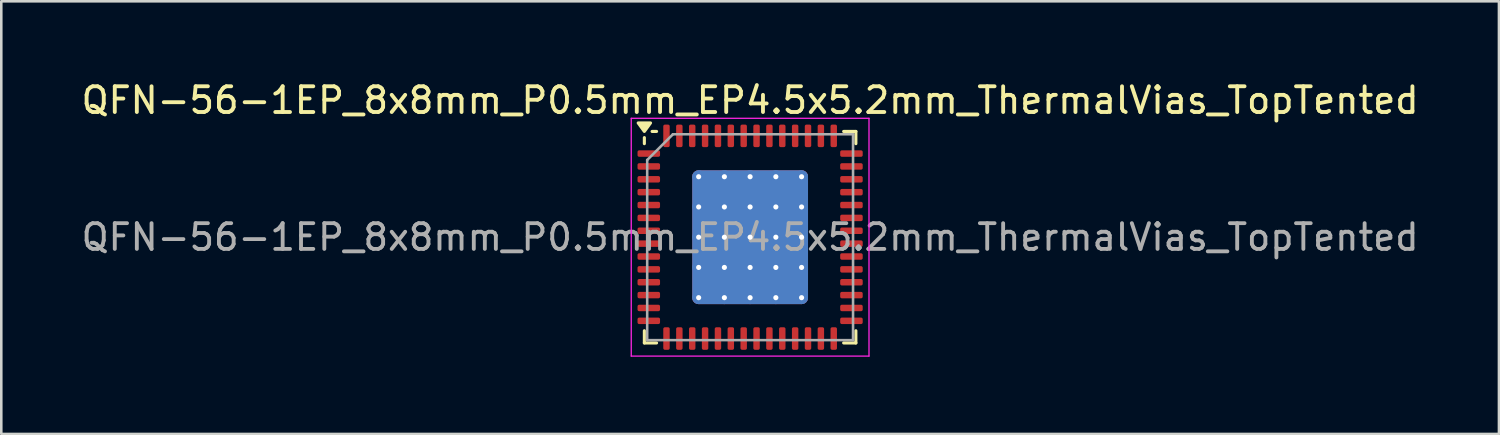
<source format=kicad_pcb>
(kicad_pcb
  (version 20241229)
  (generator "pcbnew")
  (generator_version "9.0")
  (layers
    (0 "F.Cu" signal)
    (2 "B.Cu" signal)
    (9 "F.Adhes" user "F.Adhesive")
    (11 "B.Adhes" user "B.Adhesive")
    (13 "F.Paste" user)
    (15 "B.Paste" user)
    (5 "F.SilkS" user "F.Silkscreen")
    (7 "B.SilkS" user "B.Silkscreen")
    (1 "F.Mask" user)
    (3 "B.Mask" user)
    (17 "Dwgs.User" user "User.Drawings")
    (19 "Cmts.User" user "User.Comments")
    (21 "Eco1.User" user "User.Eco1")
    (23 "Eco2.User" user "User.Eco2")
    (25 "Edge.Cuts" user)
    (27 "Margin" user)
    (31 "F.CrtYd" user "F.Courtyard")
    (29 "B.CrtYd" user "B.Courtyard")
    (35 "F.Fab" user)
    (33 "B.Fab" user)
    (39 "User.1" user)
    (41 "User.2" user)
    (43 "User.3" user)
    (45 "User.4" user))
  (footprint "QFN-56-1EP_8x8mm_P0.5mm_EP4.5x5.2mm_ThermalVias_TopTented"
    (layer "F.Cu")
    (at 26.101 6.168)
    (property "Reference" "QFN-56-1EP_8x8mm_P0.5mm_EP4.5x5.2mm_ThermalVias_TopTented" (at 0 -5.32 0) (layer "F.SilkS") (effects (font (size 1 1) (thickness 0.15))))
    (attr smd)
    (fp_line (start -4.11 -3.635) (end -4.11 -3.87) (stroke (width 0.12) (type solid)) (layer "F.SilkS"))
    (fp_line (start -4.11 4.11) (end -4.11 3.635) (stroke (width 0.12) (type solid)) (layer "F.SilkS"))
    (fp_line (start -3.635 -4.11) (end -3.81 -4.11) (stroke (width 0.12) (type solid)) (layer "F.SilkS"))
    (fp_line (start -3.635 4.11) (end -4.11 4.11) (stroke (width 0.12) (type solid)) (layer "F.SilkS"))
    (fp_line (start 3.635 -4.11) (end 4.11 -4.11) (stroke (width 0.12) (type solid)) (layer "F.SilkS"))
    (fp_line (start 3.635 4.11) (end 4.11 4.11) (stroke (width 0.12) (type solid)) (layer "F.SilkS"))
    (fp_line (start 4.11 -4.11) (end 4.11 -3.635) (stroke (width 0.12) (type solid)) (layer "F.SilkS"))
    (fp_line (start 4.11 4.11) (end 4.11 3.635) (stroke (width 0.12) (type solid)) (layer "F.SilkS"))
    (fp_poly (pts (xy -4.11 -4.11) (xy -4.35 -4.44) (xy -3.87 -4.44) (xy -4.11 -4.11)) (stroke (width 0.12) (type solid)) (fill yes) (layer "F.SilkS"))
    (fp_line (start -4.62 -4.62) (end -4.62 4.62) (stroke (width 0.05) (type solid)) (layer "F.CrtYd"))
    (fp_line (start -4.62 4.62) (end 4.62 4.62) (stroke (width 0.05) (type solid)) (layer "F.CrtYd"))
    (fp_line (start 4.62 -4.62) (end -4.62 -4.62) (stroke (width 0.05) (type solid)) (layer "F.CrtYd"))
    (fp_line (start 4.62 4.62) (end 4.62 -4.62) (stroke (width 0.05) (type solid)) (layer "F.CrtYd"))
    (fp_line (start -4 -3) (end -3 -4) (stroke (width 0.1) (type solid)) (layer "F.Fab"))
    (fp_line (start -4 4) (end -4 -3) (stroke (width 0.1) (type solid)) (layer "F.Fab"))
    (fp_line (start -3 -4) (end 4 -4) (stroke (width 0.1) (type solid)) (layer "F.Fab"))
    (fp_line (start 4 -4) (end 4 4) (stroke (width 0.1) (type solid)) (layer "F.Fab"))
    (fp_line (start 4 4) (end -4 4) (stroke (width 0.1) (type solid)) (layer "F.Fab"))
    (fp_text user "${REFERENCE}" (at 0 0 0) (layer "F.Fab") (effects (font (size 1 1) (thickness 0.15))))
    (pad "" smd custom (at -1.5 -1.762) (size 0.776 0.776) (layers "F.Mask") (options (anchor circle)) (primitives (gr_poly (pts (xy 0.3 -0.502) (xy -0.3 -0.502) (xy -0.3 -0.838) (xy 0.3 -0.838)) (width 0) (fill yes)) (gr_poly (pts (xy 0.3 0.588) (xy -0.3 0.588) (xy -0.3 0.502) (xy 0.3 0.502)) (width 0) (fill yes)) (gr_poly (pts (xy 0.435 -0.367) (xy 0.435 0.367) (xy 0.3 0.502) (xy -0.3 0.502) (xy -0.435 0.367) (xy -0.435 -0.367) (xy -0.3 -0.502) (xy 0.3 -0.502)) (width 0) (fill yes)) (gr_poly (pts (xy -0.435 0.367) (xy -0.75 0.367) (xy -0.75 -0.367) (xy -0.435 -0.367)) (width 0) (fill yes)) (gr_poly (pts (xy 0.5 0.367) (xy 0.435 0.367) (xy 0.435 -0.367) (xy 0.5 -0.367)) (width 0) (fill yes))))
    (pad "" smd custom (at -1.5 -1.762) (size 0.776 0.776) (layers "F.Paste") (options (anchor circle)) (primitives (gr_poly (pts (xy 0.435 -0.357) (xy 0.435 0.357) (xy 0.29 0.502) (xy -0.29 0.502) (xy -0.435 0.357) (xy -0.435 -0.357) (xy -0.29 -0.502) (xy 0.29 -0.502)) (width 0) (fill yes))))
    (pad "" smd custom (at -1.5 -0.588) (size 0.776 0.776) (layers "F.Mask") (options (anchor circle)) (primitives (gr_poly (pts (xy -0.435 0.367) (xy -0.75 0.367) (xy -0.75 -0.367) (xy -0.435 -0.367)) (width 0) (fill yes)) (gr_poly (pts (xy 0.3 -0.502) (xy -0.3 -0.502) (xy -0.3 -0.588) (xy 0.3 -0.588)) (width 0) (fill yes)) (gr_poly (pts (xy 0.435 -0.367) (xy 0.435 0.367) (xy 0.3 0.502) (xy -0.3 0.502) (xy -0.435 0.367) (xy -0.435 -0.367) (xy -0.3 -0.502) (xy 0.3 -0.502)) (width 0) (fill yes)) (gr_poly (pts (xy 0.3 0.588) (xy -0.3 0.588) (xy -0.3 0.502) (xy 0.3 0.502)) (width 0) (fill yes)) (gr_poly (pts (xy 0.5 0.367) (xy 0.435 0.367) (xy 0.435 -0.367) (xy 0.5 -0.367)) (width 0) (fill yes))))
    (pad "" smd custom (at -1.5 -0.588) (size 0.776 0.776) (layers "F.Paste") (options (anchor circle)) (primitives (gr_poly (pts (xy 0.435 -0.357) (xy 0.435 0.357) (xy 0.29 0.502) (xy -0.29 0.502) (xy -0.435 0.357) (xy -0.435 -0.357) (xy -0.29 -0.502) (xy 0.29 -0.502)) (width 0) (fill yes))))
    (pad "" smd custom (at -1.5 0.588) (size 0.776 0.776) (layers "F.Mask") (options (anchor circle)) (primitives (gr_poly (pts (xy -0.435 0.367) (xy -0.75 0.367) (xy -0.75 -0.367) (xy -0.435 -0.367)) (width 0) (fill yes)) (gr_poly (pts (xy 0.3 -0.502) (xy -0.3 -0.502) (xy -0.3 -0.588) (xy 0.3 -0.588)) (width 0) (fill yes)) (gr_poly (pts (xy 0.435 -0.367) (xy 0.435 0.367) (xy 0.3 0.502) (xy -0.3 0.502) (xy -0.435 0.367) (xy -0.435 -0.367) (xy -0.3 -0.502) (xy 0.3 -0.502)) (width 0) (fill yes)) (gr_poly (pts (xy 0.3 0.588) (xy -0.3 0.588) (xy -0.3 0.502) (xy 0.3 0.502)) (width 0) (fill yes)) (gr_poly (pts (xy 0.5 0.367) (xy 0.435 0.367) (xy 0.435 -0.367) (xy 0.5 -0.367)) (width 0) (fill yes))))
    (pad "" smd custom (at -1.5 0.588) (size 0.776 0.776) (layers "F.Paste") (options (anchor circle)) (primitives (gr_poly (pts (xy 0.435 -0.357) (xy 0.435 0.357) (xy 0.29 0.502) (xy -0.29 0.502) (xy -0.435 0.357) (xy -0.435 -0.357) (xy -0.29 -0.502) (xy 0.29 -0.502)) (width 0) (fill yes))))
    (pad "" smd custom (at -1.5 1.762) (size 0.776 0.776) (layers "F.Mask") (options (anchor circle)) (primitives (gr_poly (pts (xy 0.3 0.838) (xy -0.3 0.838) (xy -0.3 0.502) (xy 0.3 0.502)) (width 0) (fill yes)) (gr_poly (pts (xy 0.5 0.367) (xy 0.435 0.367) (xy 0.435 -0.367) (xy 0.5 -0.367)) (width 0) (fill yes)) (gr_poly (pts (xy -0.435 0.367) (xy -0.75 0.367) (xy -0.75 -0.367) (xy -0.435 -0.367)) (width 0) (fill yes)) (gr_poly (pts (xy 0.435 -0.367) (xy 0.435 0.367) (xy 0.3 0.502) (xy -0.3 0.502) (xy -0.435 0.367) (xy -0.435 -0.367) (xy -0.3 -0.502) (xy 0.3 -0.502)) (width 0) (fill yes)) (gr_poly (pts (xy 0.3 -0.502) (xy -0.3 -0.502) (xy -0.3 -0.588) (xy 0.3 -0.588)) (width 0) (fill yes))))
    (pad "" smd custom (at -1.5 1.762) (size 0.776 0.776) (layers "F.Paste") (options (anchor circle)) (primitives (gr_poly (pts (xy 0.435 -0.357) (xy 0.435 0.357) (xy 0.29 0.502) (xy -0.29 0.502) (xy -0.435 0.357) (xy -0.435 -0.357) (xy -0.29 -0.502) (xy 0.29 -0.502)) (width 0) (fill yes))))
    (pad "" smd custom (at -0.5 -1.762) (size 0.776 0.776) (layers "F.Mask") (options (anchor circle)) (primitives (gr_poly (pts (xy 0.5 0.367) (xy 0.435 0.367) (xy 0.435 -0.367) (xy 0.5 -0.367)) (width 0) (fill yes)) (gr_poly (pts (xy 0.435 -0.367) (xy 0.435 0.367) (xy 0.3 0.502) (xy -0.3 0.502) (xy -0.435 0.367) (xy -0.435 -0.367) (xy -0.3 -0.502) (xy 0.3 -0.502)) (width 0) (fill yes)) (gr_poly (pts (xy -0.435 0.367) (xy -0.5 0.367) (xy -0.5 -0.367) (xy -0.435 -0.367)) (width 0) (fill yes)) (gr_poly (pts (xy 0.3 0.588) (xy -0.3 0.588) (xy -0.3 0.502) (xy 0.3 0.502)) (width 0) (fill yes)) (gr_poly (pts (xy 0.3 -0.502) (xy -0.3 -0.502) (xy -0.3 -0.838) (xy 0.3 -0.838)) (width 0) (fill yes))))
    (pad "" smd custom (at -0.5 -1.762) (size 0.776 0.776) (layers "F.Paste") (options (anchor circle)) (primitives (gr_poly (pts (xy 0.435 -0.357) (xy 0.435 0.357) (xy 0.29 0.502) (xy -0.29 0.502) (xy -0.435 0.357) (xy -0.435 -0.357) (xy -0.29 -0.502) (xy 0.29 -0.502)) (width 0) (fill yes))))
    (pad "" smd custom (at -0.5 -0.588) (size 0.776 0.776) (layers "F.Mask") (options (anchor circle)) (primitives (gr_poly (pts (xy 0.3 -0.502) (xy -0.3 -0.502) (xy -0.3 -0.588) (xy 0.3 -0.588)) (width 0) (fill yes)) (gr_poly (pts (xy 0.435 -0.367) (xy 0.435 0.367) (xy 0.3 0.502) (xy -0.3 0.502) (xy -0.435 0.367) (xy -0.435 -0.367) (xy -0.3 -0.502) (xy 0.3 -0.502)) (width 0) (fill yes)) (gr_poly (pts (xy 0.3 0.588) (xy -0.3 0.588) (xy -0.3 0.502) (xy 0.3 0.502)) (width 0) (fill yes)) (gr_poly (pts (xy -0.435 0.367) (xy -0.5 0.367) (xy -0.5 -0.367) (xy -0.435 -0.367)) (width 0) (fill yes)) (gr_poly (pts (xy 0.5 0.367) (xy 0.435 0.367) (xy 0.435 -0.367) (xy 0.5 -0.367)) (width 0) (fill yes))))
    (pad "" smd custom (at -0.5 -0.588) (size 0.776 0.776) (layers "F.Paste") (options (anchor circle)) (primitives (gr_poly (pts (xy 0.435 -0.357) (xy 0.435 0.357) (xy 0.29 0.502) (xy -0.29 0.502) (xy -0.435 0.357) (xy -0.435 -0.357) (xy -0.29 -0.502) (xy 0.29 -0.502)) (width 0) (fill yes))))
    (pad "" smd custom (at -0.5 0.588) (size 0.776 0.776) (layers "F.Mask") (options (anchor circle)) (primitives (gr_poly (pts (xy 0.3 -0.502) (xy -0.3 -0.502) (xy -0.3 -0.588) (xy 0.3 -0.588)) (width 0) (fill yes)) (gr_poly (pts (xy 0.435 -0.367) (xy 0.435 0.367) (xy 0.3 0.502) (xy -0.3 0.502) (xy -0.435 0.367) (xy -0.435 -0.367) (xy -0.3 -0.502) (xy 0.3 -0.502)) (width 0) (fill yes)) (gr_poly (pts (xy 0.3 0.588) (xy -0.3 0.588) (xy -0.3 0.502) (xy 0.3 0.502)) (width 0) (fill yes)) (gr_poly (pts (xy -0.435 0.367) (xy -0.5 0.367) (xy -0.5 -0.367) (xy -0.435 -0.367)) (width 0) (fill yes)) (gr_poly (pts (xy 0.5 0.367) (xy 0.435 0.367) (xy 0.435 -0.367) (xy 0.5 -0.367)) (width 0) (fill yes))))
    (pad "" smd custom (at -0.5 0.588) (size 0.776 0.776) (layers "F.Paste") (options (anchor circle)) (primitives (gr_poly (pts (xy 0.435 -0.357) (xy 0.435 0.357) (xy 0.29 0.502) (xy -0.29 0.502) (xy -0.435 0.357) (xy -0.435 -0.357) (xy -0.29 -0.502) (xy 0.29 -0.502)) (width 0) (fill yes))))
    (pad "" smd custom (at -0.5 1.762) (size 0.776 0.776) (layers "F.Mask") (options (anchor circle)) (primitives (gr_poly (pts (xy 0.3 -0.502) (xy -0.3 -0.502) (xy -0.3 -0.588) (xy 0.3 -0.588)) (width 0) (fill yes)) (gr_poly (pts (xy 0.3 0.838) (xy -0.3 0.838) (xy -0.3 0.502) (xy 0.3 0.502)) (width 0) (fill yes)) (gr_poly (pts (xy 0.435 -0.367) (xy 0.435 0.367) (xy 0.3 0.502) (xy -0.3 0.502) (xy -0.435 0.367) (xy -0.435 -0.367) (xy -0.3 -0.502) (xy 0.3 -0.502)) (width 0) (fill yes)) (gr_poly (pts (xy 0.5 0.367) (xy 0.435 0.367) (xy 0.435 -0.367) (xy 0.5 -0.367)) (width 0) (fill yes)) (gr_poly (pts (xy -0.435 0.367) (xy -0.5 0.367) (xy -0.5 -0.367) (xy -0.435 -0.367)) (width 0) (fill yes))))
    (pad "" smd custom (at -0.5 1.762) (size 0.776 0.776) (layers "F.Paste") (options (anchor circle)) (primitives (gr_poly (pts (xy 0.435 -0.357) (xy 0.435 0.357) (xy 0.29 0.502) (xy -0.29 0.502) (xy -0.435 0.357) (xy -0.435 -0.357) (xy -0.29 -0.502) (xy 0.29 -0.502)) (width 0) (fill yes))))
    (pad "" smd custom (at 0.5 -1.762) (size 0.776 0.776) (layers "F.Mask") (options (anchor circle)) (primitives (gr_poly (pts (xy 0.5 0.367) (xy 0.435 0.367) (xy 0.435 -0.367) (xy 0.5 -0.367)) (width 0) (fill yes)) (gr_poly (pts (xy 0.435 -0.367) (xy 0.435 0.367) (xy 0.3 0.502) (xy -0.3 0.502) (xy -0.435 0.367) (xy -0.435 -0.367) (xy -0.3 -0.502) (xy 0.3 -0.502)) (width 0) (fill yes)) (gr_poly (pts (xy -0.435 0.367) (xy -0.5 0.367) (xy -0.5 -0.367) (xy -0.435 -0.367)) (width 0) (fill yes)) (gr_poly (pts (xy 0.3 0.588) (xy -0.3 0.588) (xy -0.3 0.502) (xy 0.3 0.502)) (width 0) (fill yes)) (gr_poly (pts (xy 0.3 -0.502) (xy -0.3 -0.502) (xy -0.3 -0.838) (xy 0.3 -0.838)) (width 0) (fill yes))))
    (pad "" smd custom (at 0.5 -1.762) (size 0.776 0.776) (layers "F.Paste") (options (anchor circle)) (primitives (gr_poly (pts (xy 0.435 -0.357) (xy 0.435 0.357) (xy 0.29 0.502) (xy -0.29 0.502) (xy -0.435 0.357) (xy -0.435 -0.357) (xy -0.29 -0.502) (xy 0.29 -0.502)) (width 0) (fill yes))))
    (pad "" smd custom (at 0.5 -0.588) (size 0.776 0.776) (layers "F.Mask") (options (anchor circle)) (primitives (gr_poly (pts (xy 0.3 -0.502) (xy -0.3 -0.502) (xy -0.3 -0.588) (xy 0.3 -0.588)) (width 0) (fill yes)) (gr_poly (pts (xy 0.435 -0.367) (xy 0.435 0.367) (xy 0.3 0.502) (xy -0.3 0.502) (xy -0.435 0.367) (xy -0.435 -0.367) (xy -0.3 -0.502) (xy 0.3 -0.502)) (width 0) (fill yes)) (gr_poly (pts (xy 0.3 0.588) (xy -0.3 0.588) (xy -0.3 0.502) (xy 0.3 0.502)) (width 0) (fill yes)) (gr_poly (pts (xy -0.435 0.367) (xy -0.5 0.367) (xy -0.5 -0.367) (xy -0.435 -0.367)) (width 0) (fill yes)) (gr_poly (pts (xy 0.5 0.367) (xy 0.435 0.367) (xy 0.435 -0.367) (xy 0.5 -0.367)) (width 0) (fill yes))))
    (pad "" smd custom (at 0.5 -0.588) (size 0.776 0.776) (layers "F.Paste") (options (anchor circle)) (primitives (gr_poly (pts (xy 0.435 -0.357) (xy 0.435 0.357) (xy 0.29 0.502) (xy -0.29 0.502) (xy -0.435 0.357) (xy -0.435 -0.357) (xy -0.29 -0.502) (xy 0.29 -0.502)) (width 0) (fill yes))))
    (pad "" smd custom (at 0.5 0.588) (size 0.776 0.776) (layers "F.Mask") (options (anchor circle)) (primitives (gr_poly (pts (xy 0.3 -0.502) (xy -0.3 -0.502) (xy -0.3 -0.588) (xy 0.3 -0.588)) (width 0) (fill yes)) (gr_poly (pts (xy 0.435 -0.367) (xy 0.435 0.367) (xy 0.3 0.502) (xy -0.3 0.502) (xy -0.435 0.367) (xy -0.435 -0.367) (xy -0.3 -0.502) (xy 0.3 -0.502)) (width 0) (fill yes)) (gr_poly (pts (xy 0.3 0.588) (xy -0.3 0.588) (xy -0.3 0.502) (xy 0.3 0.502)) (width 0) (fill yes)) (gr_poly (pts (xy -0.435 0.367) (xy -0.5 0.367) (xy -0.5 -0.367) (xy -0.435 -0.367)) (width 0) (fill yes)) (gr_poly (pts (xy 0.5 0.367) (xy 0.435 0.367) (xy 0.435 -0.367) (xy 0.5 -0.367)) (width 0) (fill yes))))
    (pad "" smd custom (at 0.5 0.588) (size 0.776 0.776) (layers "F.Paste") (options (anchor circle)) (primitives (gr_poly (pts (xy 0.435 -0.357) (xy 0.435 0.357) (xy 0.29 0.502) (xy -0.29 0.502) (xy -0.435 0.357) (xy -0.435 -0.357) (xy -0.29 -0.502) (xy 0.29 -0.502)) (width 0) (fill yes))))
    (pad "" smd custom (at 0.5 1.762) (size 0.776 0.776) (layers "F.Mask") (options (anchor circle)) (primitives (gr_poly (pts (xy 0.3 -0.502) (xy -0.3 -0.502) (xy -0.3 -0.588) (xy 0.3 -0.588)) (width 0) (fill yes)) (gr_poly (pts (xy 0.3 0.838) (xy -0.3 0.838) (xy -0.3 0.502) (xy 0.3 0.502)) (width 0) (fill yes)) (gr_poly (pts (xy 0.435 -0.367) (xy 0.435 0.367) (xy 0.3 0.502) (xy -0.3 0.502) (xy -0.435 0.367) (xy -0.435 -0.367) (xy -0.3 -0.502) (xy 0.3 -0.502)) (width 0) (fill yes)) (gr_poly (pts (xy 0.5 0.367) (xy 0.435 0.367) (xy 0.435 -0.367) (xy 0.5 -0.367)) (width 0) (fill yes)) (gr_poly (pts (xy -0.435 0.367) (xy -0.5 0.367) (xy -0.5 -0.367) (xy -0.435 -0.367)) (width 0) (fill yes))))
    (pad "" smd custom (at 0.5 1.762) (size 0.776 0.776) (layers "F.Paste") (options (anchor circle)) (primitives (gr_poly (pts (xy 0.435 -0.357) (xy 0.435 0.357) (xy 0.29 0.502) (xy -0.29 0.502) (xy -0.435 0.357) (xy -0.435 -0.357) (xy -0.29 -0.502) (xy 0.29 -0.502)) (width 0) (fill yes))))
    (pad "" smd custom (at 1.5 -1.762) (size 0.776 0.776) (layers "F.Mask") (options (anchor circle)) (primitives (gr_poly (pts (xy -0.435 0.367) (xy -0.5 0.367) (xy -0.5 -0.367) (xy -0.435 -0.367)) (width 0) (fill yes)) (gr_poly (pts (xy 0.75 0.367) (xy 0.435 0.367) (xy 0.435 -0.367) (xy 0.75 -0.367)) (width 0) (fill yes)) (gr_poly (pts (xy 0.435 -0.367) (xy 0.435 0.367) (xy 0.3 0.502) (xy -0.3 0.502) (xy -0.435 0.367) (xy -0.435 -0.367) (xy -0.3 -0.502) (xy 0.3 -0.502)) (width 0) (fill yes)) (gr_poly (pts (xy 0.3 0.588) (xy -0.3 0.588) (xy -0.3 0.502) (xy 0.3 0.502)) (width 0) (fill yes)) (gr_poly (pts (xy 0.3 -0.502) (xy -0.3 -0.502) (xy -0.3 -0.838) (xy 0.3 -0.838)) (width 0) (fill yes))))
    (pad "" smd custom (at 1.5 -1.762) (size 0.776 0.776) (layers "F.Paste") (options (anchor circle)) (primitives (gr_poly (pts (xy 0.435 -0.357) (xy 0.435 0.357) (xy 0.29 0.502) (xy -0.29 0.502) (xy -0.435 0.357) (xy -0.435 -0.357) (xy -0.29 -0.502) (xy 0.29 -0.502)) (width 0) (fill yes))))
    (pad "" smd custom (at 1.5 -0.588) (size 0.776 0.776) (layers "F.Mask") (options (anchor circle)) (primitives (gr_poly (pts (xy 0.75 0.367) (xy 0.435 0.367) (xy 0.435 -0.367) (xy 0.75 -0.367)) (width 0) (fill yes)) (gr_poly (pts (xy -0.435 0.367) (xy -0.5 0.367) (xy -0.5 -0.367) (xy -0.435 -0.367)) (width 0) (fill yes)) (gr_poly (pts (xy 0.435 -0.367) (xy 0.435 0.367) (xy 0.3 0.502) (xy -0.3 0.502) (xy -0.435 0.367) (xy -0.435 -0.367) (xy -0.3 -0.502) (xy 0.3 -0.502)) (width 0) (fill yes)) (gr_poly (pts (xy 0.3 0.588) (xy -0.3 0.588) (xy -0.3 0.502) (xy 0.3 0.502)) (width 0) (fill yes)) (gr_poly (pts (xy 0.3 -0.502) (xy -0.3 -0.502) (xy -0.3 -0.588) (xy 0.3 -0.588)) (width 0) (fill yes))))
    (pad "" smd custom (at 1.5 -0.588) (size 0.776 0.776) (layers "F.Paste") (options (anchor circle)) (primitives (gr_poly (pts (xy 0.435 -0.357) (xy 0.435 0.357) (xy 0.29 0.502) (xy -0.29 0.502) (xy -0.435 0.357) (xy -0.435 -0.357) (xy -0.29 -0.502) (xy 0.29 -0.502)) (width 0) (fill yes))))
    (pad "" smd custom (at 1.5 0.588) (size 0.776 0.776) (layers "F.Mask") (options (anchor circle)) (primitives (gr_poly (pts (xy 0.75 0.367) (xy 0.435 0.367) (xy 0.435 -0.367) (xy 0.75 -0.367)) (width 0) (fill yes)) (gr_poly (pts (xy -0.435 0.367) (xy -0.5 0.367) (xy -0.5 -0.367) (xy -0.435 -0.367)) (width 0) (fill yes)) (gr_poly (pts (xy 0.435 -0.367) (xy 0.435 0.367) (xy 0.3 0.502) (xy -0.3 0.502) (xy -0.435 0.367) (xy -0.435 -0.367) (xy -0.3 -0.502) (xy 0.3 -0.502)) (width 0) (fill yes)) (gr_poly (pts (xy 0.3 0.588) (xy -0.3 0.588) (xy -0.3 0.502) (xy 0.3 0.502)) (width 0) (fill yes)) (gr_poly (pts (xy 0.3 -0.502) (xy -0.3 -0.502) (xy -0.3 -0.588) (xy 0.3 -0.588)) (width 0) (fill yes))))
    (pad "" smd custom (at 1.5 0.588) (size 0.776 0.776) (layers "F.Paste") (options (anchor circle)) (primitives (gr_poly (pts (xy 0.435 -0.357) (xy 0.435 0.357) (xy 0.29 0.502) (xy -0.29 0.502) (xy -0.435 0.357) (xy -0.435 -0.357) (xy -0.29 -0.502) (xy 0.29 -0.502)) (width 0) (fill yes))))
    (pad "" smd custom (at 1.5 1.762) (size 0.776 0.776) (layers "F.Mask") (options (anchor circle)) (primitives (gr_poly (pts (xy 0.3 -0.502) (xy -0.3 -0.502) (xy -0.3 -0.588) (xy 0.3 -0.588)) (width 0) (fill yes)) (gr_poly (pts (xy 0.75 0.367) (xy 0.435 0.367) (xy 0.435 -0.367) (xy 0.75 -0.367)) (width 0) (fill yes)) (gr_poly (pts (xy 0.435 -0.367) (xy 0.435 0.367) (xy 0.3 0.502) (xy -0.3 0.502) (xy -0.435 0.367) (xy -0.435 -0.367) (xy -0.3 -0.502) (xy 0.3 -0.502)) (width 0) (fill yes)) (gr_poly (pts (xy 0.3 0.838) (xy -0.3 0.838) (xy -0.3 0.502) (xy 0.3 0.502)) (width 0) (fill yes)) (gr_poly (pts (xy -0.435 0.367) (xy -0.5 0.367) (xy -0.5 -0.367) (xy -0.435 -0.367)) (width 0) (fill yes))))
    (pad "" smd custom (at 1.5 1.762) (size 0.776 0.776) (layers "F.Paste") (options (anchor circle)) (primitives (gr_poly (pts (xy 0.435 -0.357) (xy 0.435 0.357) (xy 0.29 0.502) (xy -0.29 0.502) (xy -0.435 0.357) (xy -0.435 -0.357) (xy -0.29 -0.502) (xy 0.29 -0.502)) (width 0) (fill yes))))
    (pad "1" smd roundrect (at -3.938 -3.25) (size 0.875 0.25) (layers "F.Cu" "F.Mask" "F.Paste") (roundrect_rratio 0.25))
    (pad "2" smd roundrect (at -3.938 -2.75) (size 0.875 0.25) (layers "F.Cu" "F.Mask" "F.Paste") (roundrect_rratio 0.25))
    (pad "3" smd roundrect (at -3.938 -2.25) (size 0.875 0.25) (layers "F.Cu" "F.Mask" "F.Paste") (roundrect_rratio 0.25))
    (pad "4" smd roundrect (at -3.938 -1.75) (size 0.875 0.25) (layers "F.Cu" "F.Mask" "F.Paste") (roundrect_rratio 0.25))
    (pad "5" smd roundrect (at -3.938 -1.25) (size 0.875 0.25) (layers "F.Cu" "F.Mask" "F.Paste") (roundrect_rratio 0.25))
    (pad "6" smd roundrect (at -3.938 -0.75) (size 0.875 0.25) (layers "F.Cu" "F.Mask" "F.Paste") (roundrect_rratio 0.25))
    (pad "7" smd roundrect (at -3.938 -0.25) (size 0.875 0.25) (layers "F.Cu" "F.Mask" "F.Paste") (roundrect_rratio 0.25))
    (pad "8" smd roundrect (at -3.938 0.25) (size 0.875 0.25) (layers "F.Cu" "F.Mask" "F.Paste") (roundrect_rratio 0.25))
    (pad "9" smd roundrect (at -3.938 0.75) (size 0.875 0.25) (layers "F.Cu" "F.Mask" "F.Paste") (roundrect_rratio 0.25))
    (pad "10" smd roundrect (at -3.938 1.25) (size 0.875 0.25) (layers "F.Cu" "F.Mask" "F.Paste") (roundrect_rratio 0.25))
    (pad "11" smd roundrect (at -3.938 1.75) (size 0.875 0.25) (layers "F.Cu" "F.Mask" "F.Paste") (roundrect_rratio 0.25))
    (pad "12" smd roundrect (at -3.938 2.25) (size 0.875 0.25) (layers "F.Cu" "F.Mask" "F.Paste") (roundrect_rratio 0.25))
    (pad "13" smd roundrect (at -3.938 2.75) (size 0.875 0.25) (layers "F.Cu" "F.Mask" "F.Paste") (roundrect_rratio 0.25))
    (pad "14" smd roundrect (at -3.938 3.25) (size 0.875 0.25) (layers "F.Cu" "F.Mask" "F.Paste") (roundrect_rratio 0.25))
    (pad "15" smd roundrect (at -3.25 3.938) (size 0.25 0.875) (layers "F.Cu" "F.Mask" "F.Paste") (roundrect_rratio 0.25))
    (pad "16" smd roundrect (at -2.75 3.938) (size 0.25 0.875) (layers "F.Cu" "F.Mask" "F.Paste") (roundrect_rratio 0.25))
    (pad "17" smd roundrect (at -2.25 3.938) (size 0.25 0.875) (layers "F.Cu" "F.Mask" "F.Paste") (roundrect_rratio 0.25))
    (pad "18" smd roundrect (at -1.75 3.938) (size 0.25 0.875) (layers "F.Cu" "F.Mask" "F.Paste") (roundrect_rratio 0.25))
    (pad "19" smd roundrect (at -1.25 3.938) (size 0.25 0.875) (layers "F.Cu" "F.Mask" "F.Paste") (roundrect_rratio 0.25))
    (pad "20" smd roundrect (at -0.75 3.938) (size 0.25 0.875) (layers "F.Cu" "F.Mask" "F.Paste") (roundrect_rratio 0.25))
    (pad "21" smd roundrect (at -0.25 3.938) (size 0.25 0.875) (layers "F.Cu" "F.Mask" "F.Paste") (roundrect_rratio 0.25))
    (pad "22" smd roundrect (at 0.25 3.938) (size 0.25 0.875) (layers "F.Cu" "F.Mask" "F.Paste") (roundrect_rratio 0.25))
    (pad "23" smd roundrect (at 0.75 3.938) (size 0.25 0.875) (layers "F.Cu" "F.Mask" "F.Paste") (roundrect_rratio 0.25))
    (pad "24" smd roundrect (at 1.25 3.938) (size 0.25 0.875) (layers "F.Cu" "F.Mask" "F.Paste") (roundrect_rratio 0.25))
    (pad "25" smd roundrect (at 1.75 3.938) (size 0.25 0.875) (layers "F.Cu" "F.Mask" "F.Paste") (roundrect_rratio 0.25))
    (pad "26" smd roundrect (at 2.25 3.938) (size 0.25 0.875) (layers "F.Cu" "F.Mask" "F.Paste") (roundrect_rratio 0.25))
    (pad "27" smd roundrect (at 2.75 3.938) (size 0.25 0.875) (layers "F.Cu" "F.Mask" "F.Paste") (roundrect_rratio 0.25))
    (pad "28" smd roundrect (at 3.25 3.938) (size 0.25 0.875) (layers "F.Cu" "F.Mask" "F.Paste") (roundrect_rratio 0.25))
    (pad "29" smd roundrect (at 3.938 3.25) (size 0.875 0.25) (layers "F.Cu" "F.Mask" "F.Paste") (roundrect_rratio 0.25))
    (pad "30" smd roundrect (at 3.938 2.75) (size 0.875 0.25) (layers "F.Cu" "F.Mask" "F.Paste") (roundrect_rratio 0.25))
    (pad "31" smd roundrect (at 3.938 2.25) (size 0.875 0.25) (layers "F.Cu" "F.Mask" "F.Paste") (roundrect_rratio 0.25))
    (pad "32" smd roundrect (at 3.938 1.75) (size 0.875 0.25) (layers "F.Cu" "F.Mask" "F.Paste") (roundrect_rratio 0.25))
    (pad "33" smd roundrect (at 3.938 1.25) (size 0.875 0.25) (layers "F.Cu" "F.Mask" "F.Paste") (roundrect_rratio 0.25))
    (pad "34" smd roundrect (at 3.938 0.75) (size 0.875 0.25) (layers "F.Cu" "F.Mask" "F.Paste") (roundrect_rratio 0.25))
    (pad "35" smd roundrect (at 3.938 0.25) (size 0.875 0.25) (layers "F.Cu" "F.Mask" "F.Paste") (roundrect_rratio 0.25))
    (pad "36" smd roundrect (at 3.938 -0.25) (size 0.875 0.25) (layers "F.Cu" "F.Mask" "F.Paste") (roundrect_rratio 0.25))
    (pad "37" smd roundrect (at 3.938 -0.75) (size 0.875 0.25) (layers "F.Cu" "F.Mask" "F.Paste") (roundrect_rratio 0.25))
    (pad "38" smd roundrect (at 3.938 -1.25) (size 0.875 0.25) (layers "F.Cu" "F.Mask" "F.Paste") (roundrect_rratio 0.25))
    (pad "39" smd roundrect (at 3.938 -1.75) (size 0.875 0.25) (layers "F.Cu" "F.Mask" "F.Paste") (roundrect_rratio 0.25))
    (pad "40" smd roundrect (at 3.938 -2.25) (size 0.875 0.25) (layers "F.Cu" "F.Mask" "F.Paste") (roundrect_rratio 0.25))
    (pad "41" smd roundrect (at 3.938 -2.75) (size 0.875 0.25) (layers "F.Cu" "F.Mask" "F.Paste") (roundrect_rratio 0.25))
    (pad "42" smd roundrect (at 3.938 -3.25) (size 0.875 0.25) (layers "F.Cu" "F.Mask" "F.Paste") (roundrect_rratio 0.25))
    (pad "43" smd roundrect (at 3.25 -3.938) (size 0.25 0.875) (layers "F.Cu" "F.Mask" "F.Paste") (roundrect_rratio 0.25))
    (pad "44" smd roundrect (at 2.75 -3.938) (size 0.25 0.875) (layers "F.Cu" "F.Mask" "F.Paste") (roundrect_rratio 0.25))
    (pad "45" smd roundrect (at 2.25 -3.938) (size 0.25 0.875) (layers "F.Cu" "F.Mask" "F.Paste") (roundrect_rratio 0.25))
    (pad "46" smd roundrect (at 1.75 -3.938) (size 0.25 0.875) (layers "F.Cu" "F.Mask" "F.Paste") (roundrect_rratio 0.25))
    (pad "47" smd roundrect (at 1.25 -3.938) (size 0.25 0.875) (layers "F.Cu" "F.Mask" "F.Paste") (roundrect_rratio 0.25))
    (pad "48" smd roundrect (at 0.75 -3.938) (size 0.25 0.875) (layers "F.Cu" "F.Mask" "F.Paste") (roundrect_rratio 0.25))
    (pad "49" smd roundrect (at 0.25 -3.938) (size 0.25 0.875) (layers "F.Cu" "F.Mask" "F.Paste") (roundrect_rratio 0.25))
    (pad "50" smd roundrect (at -0.25 -3.938) (size 0.25 0.875) (layers "F.Cu" "F.Mask" "F.Paste") (roundrect_rratio 0.25))
    (pad "51" smd roundrect (at -0.75 -3.938) (size 0.25 0.875) (layers "F.Cu" "F.Mask" "F.Paste") (roundrect_rratio 0.25))
    (pad "52" smd roundrect (at -1.25 -3.938) (size 0.25 0.875) (layers "F.Cu" "F.Mask" "F.Paste") (roundrect_rratio 0.25))
    (pad "53" smd roundrect (at -1.75 -3.938) (size 0.25 0.875) (layers "F.Cu" "F.Mask" "F.Paste") (roundrect_rratio 0.25))
    (pad "54" smd roundrect (at -2.25 -3.938) (size 0.25 0.875) (layers "F.Cu" "F.Mask" "F.Paste") (roundrect_rratio 0.25))
    (pad "55" smd roundrect (at -2.75 -3.938) (size 0.25 0.875) (layers "F.Cu" "F.Mask" "F.Paste") (roundrect_rratio 0.25))
    (pad "56" smd roundrect (at -3.25 -3.938) (size 0.25 0.875) (layers "F.Cu" "F.Mask" "F.Paste") (roundrect_rratio 0.25))
    (pad "57" thru_hole circle (at -2 -2.35) (size 0.5 0.5) (drill 0.2) (layers "*.Cu"))
    (pad "57" thru_hole circle (at -2 -1.175) (size 0.5 0.5) (drill 0.2) (layers "*.Cu"))
    (pad "57" thru_hole circle (at -2 0) (size 0.5 0.5) (drill 0.2) (layers "*.Cu"))
    (pad "57" thru_hole circle (at -2 1.175) (size 0.5 0.5) (drill 0.2) (layers "*.Cu"))
    (pad "57" thru_hole circle (at -2 2.35) (size 0.5 0.5) (drill 0.2) (layers "*.Cu"))
    (pad "57" thru_hole circle (at -1 -2.35) (size 0.5 0.5) (drill 0.2) (layers "*.Cu"))
    (pad "57" thru_hole circle (at -1 -1.175) (size 0.5 0.5) (drill 0.2) (layers "*.Cu"))
    (pad "57" thru_hole circle (at -1 0) (size 0.5 0.5) (drill 0.2) (layers "*.Cu"))
    (pad "57" thru_hole circle (at -1 1.175) (size 0.5 0.5) (drill 0.2) (layers "*.Cu"))
    (pad "57" thru_hole circle (at -1 2.35) (size 0.5 0.5) (drill 0.2) (layers "*.Cu"))
    (pad "57" thru_hole circle (at 0 -2.35) (size 0.5 0.5) (drill 0.2) (layers "*.Cu"))
    (pad "57" thru_hole circle (at 0 -1.175) (size 0.5 0.5) (drill 0.2) (layers "*.Cu"))
    (pad "57" thru_hole circle (at 0 0) (size 0.5 0.5) (drill 0.2) (layers "*.Cu"))
    (pad "57" smd roundrect (at 0 0) (size 4.5 5.2) (layers "F.Cu") (roundrect_rratio 0.056))
    (pad "57" smd roundrect (at 0 0) (size 4.5 5.2) (layers "B.Cu") (roundrect_rratio 0.056))
    (pad "57" thru_hole circle (at 0 1.175) (size 0.5 0.5) (drill 0.2) (layers "*.Cu"))
    (pad "57" thru_hole circle (at 0 2.35) (size 0.5 0.5) (drill 0.2) (layers "*.Cu"))
    (pad "57" thru_hole circle (at 1 -2.35) (size 0.5 0.5) (drill 0.2) (layers "*.Cu"))
    (pad "57" thru_hole circle (at 1 -1.175) (size 0.5 0.5) (drill 0.2) (layers "*.Cu"))
    (pad "57" thru_hole circle (at 1 0) (size 0.5 0.5) (drill 0.2) (layers "*.Cu"))
    (pad "57" thru_hole circle (at 1 1.175) (size 0.5 0.5) (drill 0.2) (layers "*.Cu"))
    (pad "57" thru_hole circle (at 1 2.35) (size 0.5 0.5) (drill 0.2) (layers "*.Cu"))
    (pad "57" thru_hole circle (at 2 -2.35) (size 0.5 0.5) (drill 0.2) (layers "*.Cu"))
    (pad "57" thru_hole circle (at 2 -1.175) (size 0.5 0.5) (drill 0.2) (layers "*.Cu"))
    (pad "57" thru_hole circle (at 2 0) (size 0.5 0.5) (drill 0.2) (layers "*.Cu"))
    (pad "57" thru_hole circle (at 2 1.175) (size 0.5 0.5) (drill 0.2) (layers "*.Cu"))
    (pad "57" thru_hole circle (at 2 2.35) (size 0.5 0.5) (drill 0.2) (layers "*.Cu")))
  (gr_rect
    (start -3 -3)
    (end 55.202 13.813)
    (stroke (width 0.1) (type default))
    (fill no)
    (layer "Edge.Cuts")))
</source>
